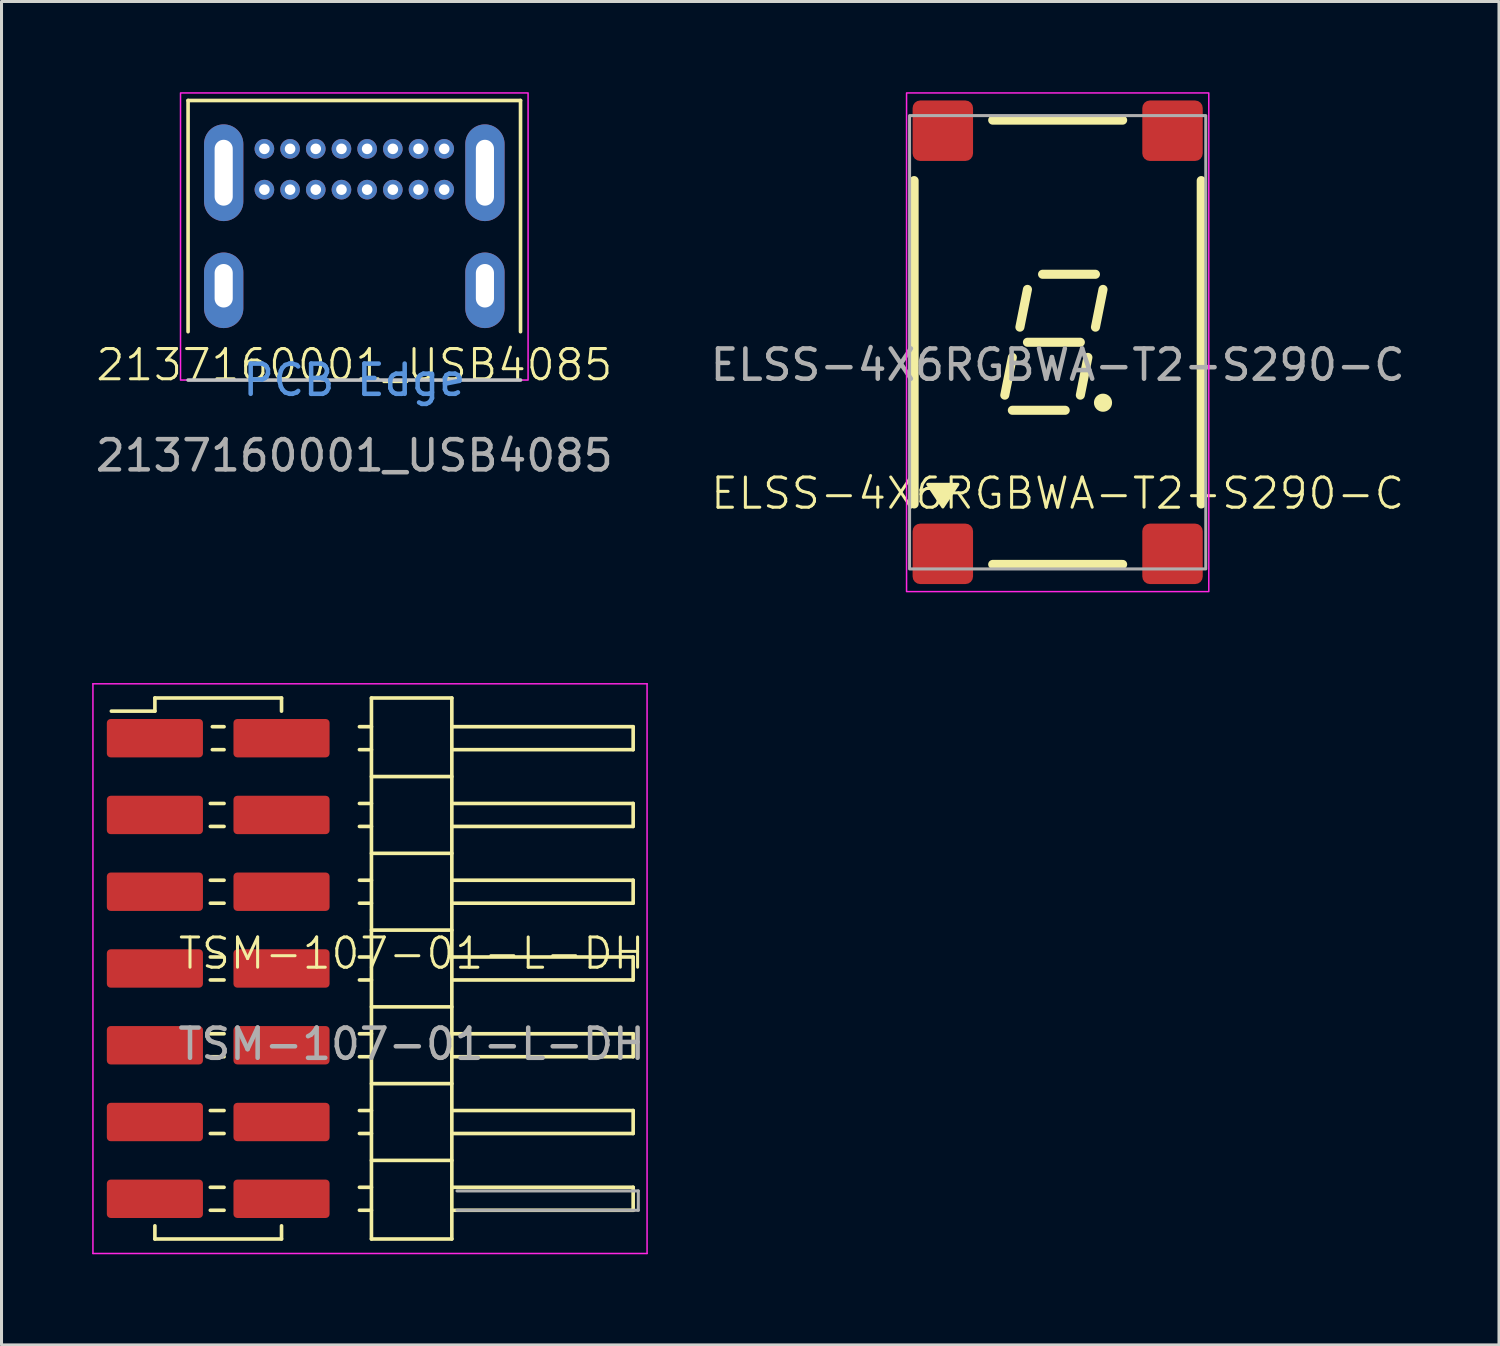
<source format=kicad_pcb>
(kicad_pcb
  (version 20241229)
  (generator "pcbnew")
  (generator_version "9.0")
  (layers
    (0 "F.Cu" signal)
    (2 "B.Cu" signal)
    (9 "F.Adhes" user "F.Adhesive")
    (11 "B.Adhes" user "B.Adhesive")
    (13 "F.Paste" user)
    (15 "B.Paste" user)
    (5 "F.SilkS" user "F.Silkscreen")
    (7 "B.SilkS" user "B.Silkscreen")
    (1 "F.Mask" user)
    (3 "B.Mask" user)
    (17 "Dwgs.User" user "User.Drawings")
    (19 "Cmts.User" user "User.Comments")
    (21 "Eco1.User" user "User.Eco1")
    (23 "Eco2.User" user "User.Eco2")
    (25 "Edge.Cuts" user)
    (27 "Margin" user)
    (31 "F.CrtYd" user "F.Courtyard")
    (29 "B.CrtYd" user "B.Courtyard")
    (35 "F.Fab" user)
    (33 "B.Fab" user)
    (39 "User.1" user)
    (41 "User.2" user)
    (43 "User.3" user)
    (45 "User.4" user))
  (footprint "ELSS-4X6RGBWA-T2-S290-C"
    (layer "F.Cu")
    (at 31.946 8.275)
    (property "Reference" "ELSS-4X6RGBWA-T2-S290-C" (at 0 5 0) (unlocked yes) (layer "F.SilkS") (effects (font (size 1 1) (thickness 0.1))))
    (attr smd)
    (fp_line (start -4.75 -5.35) (end -4.75 5.35) (stroke (width 0.3) (type default)) (layer "F.SilkS"))
    (fp_line (start -2.15 -7.35) (end 2.15 -7.35) (stroke (width 0.3) (type default)) (layer "F.SilkS"))
    (fp_line (start -2.15 7.35) (end 2.15 7.35) (stroke (width 0.3) (type default)) (layer "F.SilkS"))
    (fp_line (start -1.5 0.5) (end -1.75 1.75) (stroke (width 0.3) (type default)) (layer "F.SilkS"))
    (fp_line (start -1.5 2.25) (end 0.25 2.25) (stroke (width 0.3) (type default)) (layer "F.SilkS"))
    (fp_line (start -1 -1.75) (end -1.25 -0.5) (stroke (width 0.3) (type default)) (layer "F.SilkS"))
    (fp_line (start -1 0) (end 0.75 0) (stroke (width 0.3) (type default)) (layer "F.SilkS"))
    (fp_line (start -0.5 -2.25) (end 1.25 -2.25) (stroke (width 0.3) (type default)) (layer "F.SilkS"))
    (fp_line (start 1 0.5) (end 0.75 1.75) (stroke (width 0.3) (type default)) (layer "F.SilkS"))
    (fp_line (start 1.5 -1.75) (end 1.25 -0.5) (stroke (width 0.3) (type default)) (layer "F.SilkS"))
    (fp_line (start 4.75 -5.35) (end 4.75 5.35) (stroke (width 0.3) (type default)) (layer "F.SilkS"))
    (fp_circle (center 1.5 2) (end 1.75 2) (stroke (width 0.1) (type solid)) (fill yes) (layer "F.SilkS"))
    (fp_poly (pts (xy -4.3 4.7) (xy -3.3 4.7) (xy -3.8 5.45)) (stroke (width 0.1) (type solid)) (fill yes) (layer "F.SilkS"))
    (fp_rect (start -5 -8.25) (end 5 8.25) (stroke (width 0.05) (type default)) (fill no) (layer "F.CrtYd"))
    (fp_rect (start -4.9 -7.5) (end 4.9 7.5) (stroke (width 0.1) (type default)) (fill no) (layer "F.Fab"))
    (fp_text user "${REFERENCE}" (at 0 0.75 0) (unlocked yes) (layer "F.Fab") (effects (font (size 1 1) (thickness 0.15))))
    (pad "1" smd roundrect (at -3.8 7.5) (size 2 2) (drill (offset 0 -0.5)) (layers "F.Cu" "F.Mask" "F.Paste") (roundrect_rratio 0.125))
    (pad "2" smd roundrect (at 3.8 7.5) (size 2 2) (drill (offset 0 -0.5)) (layers "F.Cu" "F.Mask" "F.Paste") (roundrect_rratio 0.125))
    (pad "3" smd roundrect (at -3.8 -7.5) (size 2 2) (drill (offset 0 0.5)) (layers "F.Cu" "F.Mask" "F.Paste") (roundrect_rratio 0.125))
    (pad "4" smd roundrect (at 3.8 -7.5) (size 2 2) (drill (offset 0 0.5)) (layers "F.Cu" "F.Mask" "F.Paste") (roundrect_rratio 0.125)))
  (footprint "TSM-107-01-L-DH"
    (layer "F.Cu")
    (at 10.57 28.995)
    (property "Reference" "TSM-107-01-L-DH" (at 0 -0.5 0) (unlocked yes) (layer "F.SilkS") (effects (font (size 1 1) (thickness 0.1))))
    (attr smd)
    (fp_line (start -9.935 -8.515) (end -8.495 -8.515) (stroke (width 0.12) (type solid)) (layer "F.SilkS"))
    (fp_line (start -8.495 -8.95) (end -8.495 -8.515) (stroke (width 0.12) (type solid)) (layer "F.SilkS"))
    (fp_line (start -8.495 -8.95) (end -4.305 -8.95) (stroke (width 0.12) (type solid)) (layer "F.SilkS"))
    (fp_line (start -8.495 8.515) (end -8.495 8.95) (stroke (width 0.12) (type solid)) (layer "F.SilkS"))
    (fp_line (start -8.495 8.95) (end -4.305 8.95) (stroke (width 0.12) (type solid)) (layer "F.SilkS"))
    (fp_line (start -6.661 -5.46) (end -6.206 -5.46) (stroke (width 0.12) (type solid)) (layer "F.SilkS"))
    (fp_line (start -6.661 -4.7) (end -6.206 -4.7) (stroke (width 0.12) (type solid)) (layer "F.SilkS"))
    (fp_line (start -6.661 -2.92) (end -6.206 -2.92) (stroke (width 0.12) (type solid)) (layer "F.SilkS"))
    (fp_line (start -6.661 -2.16) (end -6.206 -2.16) (stroke (width 0.12) (type solid)) (layer "F.SilkS"))
    (fp_line (start -6.661 -0.38) (end -6.206 -0.38) (stroke (width 0.12) (type solid)) (layer "F.SilkS"))
    (fp_line (start -6.661 0.38) (end -6.206 0.38) (stroke (width 0.12) (type solid)) (layer "F.SilkS"))
    (fp_line (start -6.661 2.16) (end -6.206 2.16) (stroke (width 0.12) (type solid)) (layer "F.SilkS"))
    (fp_line (start -6.661 2.92) (end -6.206 2.92) (stroke (width 0.12) (type solid)) (layer "F.SilkS"))
    (fp_line (start -6.661 4.7) (end -6.206 4.7) (stroke (width 0.12) (type solid)) (layer "F.SilkS"))
    (fp_line (start -6.661 5.46) (end -6.206 5.46) (stroke (width 0.12) (type solid)) (layer "F.SilkS"))
    (fp_line (start -6.661 7.24) (end -6.206 7.24) (stroke (width 0.12) (type solid)) (layer "F.SilkS"))
    (fp_line (start -6.661 8) (end -6.206 8) (stroke (width 0.12) (type solid)) (layer "F.SilkS"))
    (fp_line (start -6.594 -8) (end -6.206 -8) (stroke (width 0.12) (type solid)) (layer "F.SilkS"))
    (fp_line (start -6.594 -7.24) (end -6.206 -7.24) (stroke (width 0.12) (type solid)) (layer "F.SilkS"))
    (fp_line (start -4.305 -8.95) (end -4.305 -8.515) (stroke (width 0.12) (type solid)) (layer "F.SilkS"))
    (fp_line (start -4.305 8.515) (end -4.305 8.95) (stroke (width 0.12) (type solid)) (layer "F.SilkS"))
    (fp_line (start -1.727 -8) (end -1.33 -8) (stroke (width 0.12) (type solid)) (layer "F.SilkS"))
    (fp_line (start -1.727 -7.24) (end -1.33 -7.24) (stroke (width 0.12) (type solid)) (layer "F.SilkS"))
    (fp_line (start -1.727 -5.46) (end -1.33 -5.46) (stroke (width 0.12) (type solid)) (layer "F.SilkS"))
    (fp_line (start -1.727 -4.7) (end -1.33 -4.7) (stroke (width 0.12) (type solid)) (layer "F.SilkS"))
    (fp_line (start -1.727 -2.92) (end -1.33 -2.92) (stroke (width 0.12) (type solid)) (layer "F.SilkS"))
    (fp_line (start -1.727 -2.16) (end -1.33 -2.16) (stroke (width 0.12) (type solid)) (layer "F.SilkS"))
    (fp_line (start -1.727 -0.38) (end -1.33 -0.38) (stroke (width 0.12) (type solid)) (layer "F.SilkS"))
    (fp_line (start -1.727 0.38) (end -1.33 0.38) (stroke (width 0.12) (type solid)) (layer "F.SilkS"))
    (fp_line (start -1.727 2.16) (end -1.33 2.16) (stroke (width 0.12) (type solid)) (layer "F.SilkS"))
    (fp_line (start -1.727 2.92) (end -1.33 2.92) (stroke (width 0.12) (type solid)) (layer "F.SilkS"))
    (fp_line (start -1.727 4.7) (end -1.33 4.7) (stroke (width 0.12) (type solid)) (layer "F.SilkS"))
    (fp_line (start -1.727 5.46) (end -1.33 5.46) (stroke (width 0.12) (type solid)) (layer "F.SilkS"))
    (fp_line (start -1.727 7.24) (end -1.33 7.24) (stroke (width 0.12) (type solid)) (layer "F.SilkS"))
    (fp_line (start -1.727 8) (end -1.33 8) (stroke (width 0.12) (type solid)) (layer "F.SilkS"))
    (fp_line (start -1.33 -8.95) (end -1.33 8.95) (stroke (width 0.12) (type solid)) (layer "F.SilkS"))
    (fp_line (start -1.33 -6.35) (end 1.33 -6.35) (stroke (width 0.12) (type solid)) (layer "F.SilkS"))
    (fp_line (start -1.33 -3.81) (end 1.33 -3.81) (stroke (width 0.12) (type solid)) (layer "F.SilkS"))
    (fp_line (start -1.33 -1.27) (end 1.33 -1.27) (stroke (width 0.12) (type solid)) (layer "F.SilkS"))
    (fp_line (start -1.33 1.27) (end 1.33 1.27) (stroke (width 0.12) (type solid)) (layer "F.SilkS"))
    (fp_line (start -1.33 3.81) (end 1.33 3.81) (stroke (width 0.12) (type solid)) (layer "F.SilkS"))
    (fp_line (start -1.33 6.35) (end 1.33 6.35) (stroke (width 0.12) (type solid)) (layer "F.SilkS"))
    (fp_line (start -1.33 8.95) (end 1.33 8.95) (stroke (width 0.12) (type solid)) (layer "F.SilkS"))
    (fp_line (start 1.33 -8.95) (end -1.33 -8.95) (stroke (width 0.12) (type solid)) (layer "F.SilkS"))
    (fp_line (start 1.33 -8) (end 7.33 -8) (stroke (width 0.12) (type solid)) (layer "F.SilkS"))
    (fp_line (start 1.33 -5.46) (end 7.33 -5.46) (stroke (width 0.12) (type solid)) (layer "F.SilkS"))
    (fp_line (start 1.33 -2.92) (end 7.33 -2.92) (stroke (width 0.12) (type solid)) (layer "F.SilkS"))
    (fp_line (start 1.33 -0.38) (end 7.33 -0.38) (stroke (width 0.12) (type solid)) (layer "F.SilkS"))
    (fp_line (start 1.33 2.16) (end 7.33 2.16) (stroke (width 0.12) (type solid)) (layer "F.SilkS"))
    (fp_line (start 1.33 4.7) (end 7.33 4.7) (stroke (width 0.12) (type solid)) (layer "F.SilkS"))
    (fp_line (start 1.33 7.24) (end 7.33 7.24) (stroke (width 0.12) (type solid)) (layer "F.SilkS"))
    (fp_line (start 1.33 8.95) (end 1.33 -8.95) (stroke (width 0.12) (type solid)) (layer "F.SilkS"))
    (fp_line (start 7.33 -8) (end 7.33 -7.24) (stroke (width 0.12) (type solid)) (layer "F.SilkS"))
    (fp_line (start 7.33 -7.24) (end 1.33 -7.24) (stroke (width 0.12) (type solid)) (layer "F.SilkS"))
    (fp_line (start 7.33 -5.46) (end 7.33 -4.7) (stroke (width 0.12) (type solid)) (layer "F.SilkS"))
    (fp_line (start 7.33 -4.7) (end 1.33 -4.7) (stroke (width 0.12) (type solid)) (layer "F.SilkS"))
    (fp_line (start 7.33 -2.92) (end 7.33 -2.16) (stroke (width 0.12) (type solid)) (layer "F.SilkS"))
    (fp_line (start 7.33 -2.16) (end 1.33 -2.16) (stroke (width 0.12) (type solid)) (layer "F.SilkS"))
    (fp_line (start 7.33 -0.38) (end 7.33 0.38) (stroke (width 0.12) (type solid)) (layer "F.SilkS"))
    (fp_line (start 7.33 0.38) (end 1.33 0.38) (stroke (width 0.12) (type solid)) (layer "F.SilkS"))
    (fp_line (start 7.33 2.16) (end 7.33 2.92) (stroke (width 0.12) (type solid)) (layer "F.SilkS"))
    (fp_line (start 7.33 2.92) (end 1.33 2.92) (stroke (width 0.12) (type solid)) (layer "F.SilkS"))
    (fp_line (start 7.33 4.7) (end 7.33 5.46) (stroke (width 0.12) (type solid)) (layer "F.SilkS"))
    (fp_line (start 7.33 5.46) (end 1.33 5.46) (stroke (width 0.12) (type solid)) (layer "F.SilkS"))
    (fp_line (start 7.33 7.24) (end 7.33 8) (stroke (width 0.12) (type solid)) (layer "F.SilkS"))
    (fp_line (start 7.33 8) (end 1.33 8) (stroke (width 0.12) (type solid)) (layer "F.SilkS"))
    (fp_line (start -10.545 -9.42) (end -10.545 9.43) (stroke (width 0.05) (type default)) (layer "F.CrtYd"))
    (fp_line (start -10.545 9.43) (end 7.79 9.43) (stroke (width 0.05) (type solid)) (layer "F.CrtYd"))
    (fp_line (start 7.79 -9.42) (end -10.545 -9.42) (stroke (width 0.05) (type solid)) (layer "F.CrtYd"))
    (fp_line (start 7.79 9.43) (end 7.79 -9.42) (stroke (width 0.05) (type solid)) (layer "F.CrtYd"))
    (fp_line (start 1.5 7.36) (end 7.5 7.36) (stroke (width 0.1) (type solid)) (layer "F.Fab"))
    (fp_line (start 1.5 8) (end 7.5 8) (stroke (width 0.1) (type solid)) (layer "F.Fab"))
    (fp_line (start 7.5 7.36) (end 7.5 8) (stroke (width 0.1) (type solid)) (layer "F.Fab"))
    (fp_text user "${REFERENCE}" (at 0 2.5 0) (unlocked yes) (layer "F.Fab") (effects (font (size 1 1) (thickness 0.15))))
    (pad "1" smd roundrect (at -8.495 -7.62) (size 3.18 1.27) (layers "F.Cu" "F.Mask" "F.Paste") (roundrect_rratio 0.1))
    (pad "2" smd roundrect (at -4.305 -7.62) (size 3.18 1.27) (layers "F.Cu" "F.Mask" "F.Paste") (roundrect_rratio 0.1))
    (pad "3" smd roundrect (at -8.495 -5.08) (size 3.18 1.27) (layers "F.Cu" "F.Mask" "F.Paste") (roundrect_rratio 0.1))
    (pad "4" smd roundrect (at -4.305 -5.08) (size 3.18 1.27) (layers "F.Cu" "F.Mask" "F.Paste") (roundrect_rratio 0.1))
    (pad "5" smd roundrect (at -8.495 -2.54) (size 3.18 1.27) (layers "F.Cu" "F.Mask" "F.Paste") (roundrect_rratio 0.1))
    (pad "6" smd roundrect (at -4.305 -2.54) (size 3.18 1.27) (layers "F.Cu" "F.Mask" "F.Paste") (roundrect_rratio 0.1))
    (pad "7" smd roundrect (at -8.495 0) (size 3.18 1.27) (layers "F.Cu" "F.Mask" "F.Paste") (roundrect_rratio 0.1))
    (pad "8" smd roundrect (at -4.305 0) (size 3.18 1.27) (layers "F.Cu" "F.Mask" "F.Paste") (roundrect_rratio 0.1))
    (pad "9" smd roundrect (at -8.495 2.54) (size 3.18 1.27) (layers "F.Cu" "F.Mask" "F.Paste") (roundrect_rratio 0.1))
    (pad "10" smd roundrect (at -4.305 2.54) (size 3.18 1.27) (layers "F.Cu" "F.Mask" "F.Paste") (roundrect_rratio 0.1))
    (pad "11" smd roundrect (at -8.495 5.08) (size 3.18 1.27) (layers "F.Cu" "F.Mask" "F.Paste") (roundrect_rratio 0.1))
    (pad "12" smd roundrect (at -4.305 5.08) (size 3.18 1.27) (layers "F.Cu" "F.Mask" "F.Paste") (roundrect_rratio 0.1))
    (pad "13" smd roundrect (at -8.495 7.62) (size 3.18 1.27) (layers "F.Cu" "F.Mask" "F.Paste") (roundrect_rratio 0.1))
    (pad "14" smd roundrect (at -4.305 7.62) (size 3.18 1.27) (layers "F.Cu" "F.Mask" "F.Paste") (roundrect_rratio 0.1)))
  (footprint "2137160001_USB4085"
    (layer "F.Cu")
    (at 8.673 9.525)
    (property "Reference" "2137160001_USB4085" (at 0 -0.5 0) (unlocked yes) (layer "F.SilkS") (effects (font (size 1 1) (thickness 0.1))))
    (attr through_hole)
    (fp_line (start -5.5 -9.25) (end -5.5 -1.6) (stroke (width 0.12) (type solid)) (layer "F.SilkS"))
    (fp_line (start -5.5 -9.25) (end 5.5 -9.25) (stroke (width 0.12) (type solid)) (layer "F.SilkS"))
    (fp_line (start 5.5 -9.25) (end 5.5 -1.6) (stroke (width 0.12) (type solid)) (layer "F.SilkS"))
    (fp_line (start -5.5 0) (end 5.5 0) (stroke (width 0.12) (type solid)) (layer "Dwgs.User"))
    (fp_rect (start -5.75 -9.5) (end 5.75 0) (stroke (width 0.05) (type default)) (fill no) (layer "F.CrtYd"))
    (fp_text user "PCB Edge" (at 0 0 0) (layer "Cmts.User") (effects (font (size 1 1) (thickness 0.15))))
    (fp_text user "${REFERENCE}" (at 0 2.5 0) (unlocked yes) (layer "F.Fab") (effects (font (size 1 1) (thickness 0.15))))
    (pad "A1" thru_hole circle (at -2.975 -7.65) (size 0.65 0.65) (drill 0.35) (layers "*.Cu" "*.Mask" "F.Paste"))
    (pad "A4" thru_hole circle (at -2.125 -7.65) (size 0.65 0.65) (drill 0.35) (layers "*.Cu" "*.Mask" "F.Paste"))
    (pad "A5" thru_hole circle (at -1.275 -7.65) (size 0.65 0.65) (drill 0.35) (layers "*.Cu" "*.Mask" "F.Paste"))
    (pad "A6" thru_hole circle (at -0.425 -7.65) (size 0.65 0.65) (drill 0.35) (layers "*.Cu" "*.Mask" "F.Paste"))
    (pad "A7" thru_hole circle (at 0.425 -7.65) (size 0.65 0.65) (drill 0.35) (layers "*.Cu" "*.Mask" "F.Paste"))
    (pad "A8" thru_hole circle (at 1.275 -7.65) (size 0.65 0.65) (drill 0.35) (layers "*.Cu" "*.Mask" "F.Paste"))
    (pad "A9" thru_hole circle (at 2.125 -7.65) (size 0.65 0.65) (drill 0.35) (layers "*.Cu" "*.Mask" "F.Paste"))
    (pad "A12" thru_hole circle (at 2.975 -7.65) (size 0.65 0.65) (drill 0.35) (layers "*.Cu" "*.Mask" "F.Paste"))
    (pad "B1" thru_hole circle (at 2.975 -6.3) (size 0.65 0.65) (drill 0.35) (layers "*.Cu" "*.Mask" "F.Paste"))
    (pad "B4" thru_hole circle (at 2.125 -6.3) (size 0.65 0.65) (drill 0.35) (layers "*.Cu" "*.Mask" "F.Paste"))
    (pad "B5" thru_hole circle (at 1.275 -6.3) (size 0.65 0.65) (drill 0.35) (layers "*.Cu" "*.Mask" "F.Paste"))
    (pad "B6" thru_hole circle (at 0.425 -6.3) (size 0.65 0.65) (drill 0.35) (layers "*.Cu" "*.Mask" "F.Paste"))
    (pad "B7" thru_hole circle (at -0.425 -6.3) (size 0.65 0.65) (drill 0.35) (layers "*.Cu" "*.Mask" "F.Paste"))
    (pad "B8" thru_hole circle (at -1.275 -6.3) (size 0.65 0.65) (drill 0.35) (layers "*.Cu" "*.Mask" "F.Paste"))
    (pad "B9" thru_hole circle (at -2.125 -6.3) (size 0.65 0.65) (drill 0.35) (layers "*.Cu" "*.Mask" "F.Paste"))
    (pad "B12" thru_hole circle (at -2.975 -6.3) (size 0.65 0.65) (drill 0.35) (layers "*.Cu" "*.Mask" "F.Paste"))
    (pad "S1" thru_hole oval (at -4.322 -6.86) (size 1.3 3.2) (drill oval 0.6 2.18) (layers "*.Cu" "*.Mask" "F.Paste"))
    (pad "S1" thru_hole oval (at -4.322 -3.12) (size 1.3 2.5) (drill oval 0.6 1.44 (offset 0 0.15)) (layers "*.Cu" "*.Mask" "F.Paste"))
    (pad "S1" thru_hole oval (at 4.322 -6.86) (size 1.3 3.2) (drill oval 0.6 2.18) (layers "*.Cu" "*.Mask" "F.Paste"))
    (pad "S1" thru_hole oval (at 4.322 -3.12) (size 1.3 2.5) (drill oval 0.6 1.44 (offset 0 0.15)) (layers "*.Cu" "*.Mask" "F.Paste")))
  (gr_rect
    (start -3 -3)
    (end 46.548 41.45)
    (stroke (width 0.1) (type default))
    (fill no)
    (layer "Edge.Cuts")))
</source>
